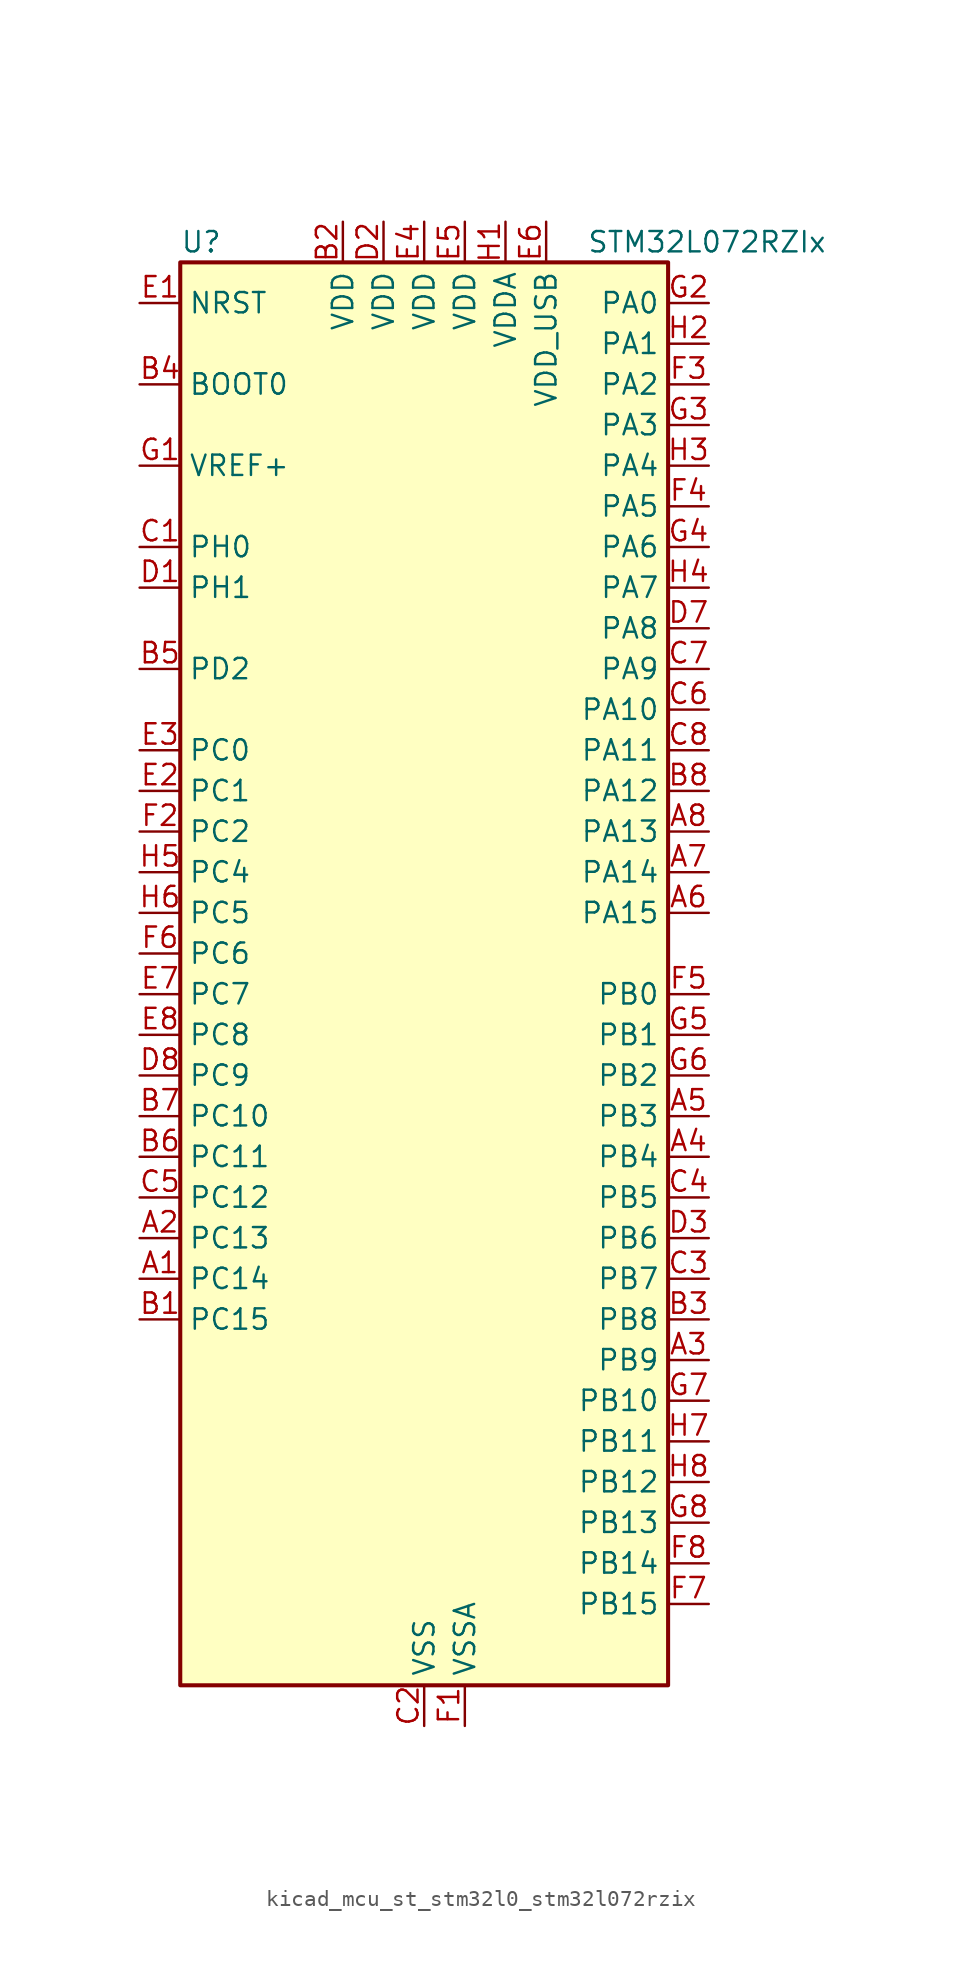
<source format=kicad_sym>
(kicad_symbol_lib
  (version 20220914)
  (generator kicad_symbol_editor)
  (symbol "kicad_mcu_st_stm32l0_stm32l072rzix"
    (property "Reference" "U"
      (at -15.24 46.99 0)
      (effects (font (size 1.27 1.27)) (justify left)))
    (property "Value" "STM32L072RZIx"
      (at 10.16 46.99 0)
      (effects (font (size 1.27 1.27)) (justify left)))
    (property "ki_locked" ""
      (at 0 0 0)
      (effects (font (size 1.27 1.27))))
    (symbol "kicad_mcu_st_stm32l0_stm32l072rzix_0_1"
      (rectangle (start -15.24 -43.18) (end 15.24 45.72) (stroke (width 0.254) (type default)) (fill (type background))))
    (symbol "kicad_mcu_st_stm32l0_stm32l072rzix_1_1"
      (pin bidirectional line (at -17.78 -17.78 0) (length 2.54) (name "PC14" (effects (font (size 1.27 1.27)))) (number "A1" (effects (font (size 1.27 1.27)))) (alternate "RCC_OSC32_IN" bidirectional line))
      (pin bidirectional line (at -17.78 -15.24 0) (length 2.54) (name "PC13" (effects (font (size 1.27 1.27)))) (number "A2" (effects (font (size 1.27 1.27)))) (alternate "RTC_OUT_ALARM" bidirectional line) (alternate "RTC_OUT_CALIB" bidirectional line) (alternate "RTC_TAMP1" bidirectional line) (alternate "RTC_TS" bidirectional line) (alternate "SYS_WKUP2" bidirectional line))
      (pin bidirectional line (at 17.78 -22.86 180) (length 2.54) (name "PB9" (effects (font (size 1.27 1.27)))) (number "A3" (effects (font (size 1.27 1.27)))) (alternate "DAC_EXTI9" bidirectional line) (alternate "I2C1_SDA" bidirectional line) (alternate "I2S2_WS" bidirectional line) (alternate "SPI2_NSS" bidirectional line))
      (pin bidirectional line (at 17.78 -10.16 180) (length 2.54) (name "PB4" (effects (font (size 1.27 1.27)))) (number "A4" (effects (font (size 1.27 1.27)))) (alternate "COMP2_INP" bidirectional line) (alternate "I2C3_SDA" bidirectional line) (alternate "SPI1_MISO" bidirectional line) (alternate "TIM22_CH1" bidirectional line) (alternate "TIM3_CH1" bidirectional line) (alternate "TSC_G5_IO2" bidirectional line) (alternate "USART1_CTS" bidirectional line) (alternate "USART5_RX" bidirectional line))
      (pin bidirectional line (at 17.78 -7.62 180) (length 2.54) (name "PB3" (effects (font (size 1.27 1.27)))) (number "A5" (effects (font (size 1.27 1.27)))) (alternate "COMP2_INM" bidirectional line) (alternate "SPI1_SCK" bidirectional line) (alternate "TIM2_CH2" bidirectional line) (alternate "TSC_G5_IO1" bidirectional line) (alternate "USART1_DE" bidirectional line) (alternate "USART1_RTS" bidirectional line) (alternate "USART5_TX" bidirectional line))
      (pin bidirectional line (at 17.78 5.08 180) (length 2.54) (name "PA15" (effects (font (size 1.27 1.27)))) (number "A6" (effects (font (size 1.27 1.27)))) (alternate "SPI1_NSS" bidirectional line) (alternate "TIM2_CH1" bidirectional line) (alternate "TIM2_ETR" bidirectional line) (alternate "USART2_RX" bidirectional line) (alternate "USART4_DE" bidirectional line) (alternate "USART4_RTS" bidirectional line))
      (pin bidirectional line (at 17.78 7.62 180) (length 2.54) (name "PA14" (effects (font (size 1.27 1.27)))) (number "A7" (effects (font (size 1.27 1.27)))) (alternate "LPUART1_TX" bidirectional line) (alternate "SYS_SWCLK" bidirectional line) (alternate "USART2_TX" bidirectional line))
      (pin bidirectional line (at 17.78 10.16 180) (length 2.54) (name "PA13" (effects (font (size 1.27 1.27)))) (number "A8" (effects (font (size 1.27 1.27)))) (alternate "LPUART1_RX" bidirectional line) (alternate "SYS_SWDIO" bidirectional line) (alternate "USB_NOE" bidirectional line))
      (pin bidirectional line (at -17.78 -20.32 0) (length 2.54) (name "PC15" (effects (font (size 1.27 1.27)))) (number "B1" (effects (font (size 1.27 1.27)))) (alternate "RCC_OSC32_OUT" bidirectional line))
      (pin power_in line (at -5.08 48.26 270) (length 2.54) (name "VDD" (effects (font (size 1.27 1.27)))) (number "B2" (effects (font (size 1.27 1.27)))))
      (pin bidirectional line (at 17.78 -20.32 180) (length 2.54) (name "PB8" (effects (font (size 1.27 1.27)))) (number "B3" (effects (font (size 1.27 1.27)))) (alternate "I2C1_SCL" bidirectional line) (alternate "TSC_SYNC" bidirectional line))
      (pin input line (at -17.78 38.1 0) (length 2.54) (name "BOOT0" (effects (font (size 1.27 1.27)))) (number "B4" (effects (font (size 1.27 1.27)))))
      (pin bidirectional line (at -17.78 20.32 0) (length 2.54) (name "PD2" (effects (font (size 1.27 1.27)))) (number "B5" (effects (font (size 1.27 1.27)))) (alternate "LPUART1_DE" bidirectional line) (alternate "LPUART1_RTS" bidirectional line) (alternate "TIM3_ETR" bidirectional line) (alternate "USART5_RX" bidirectional line))
      (pin bidirectional line (at -17.78 -10.16 0) (length 2.54) (name "PC11" (effects (font (size 1.27 1.27)))) (number "B6" (effects (font (size 1.27 1.27)))) (alternate "ADC_EXTI11" bidirectional line) (alternate "LPUART1_RX" bidirectional line) (alternate "USART4_RX" bidirectional line))
      (pin bidirectional line (at -17.78 -7.62 0) (length 2.54) (name "PC10" (effects (font (size 1.27 1.27)))) (number "B7" (effects (font (size 1.27 1.27)))) (alternate "LPUART1_TX" bidirectional line) (alternate "USART4_TX" bidirectional line))
      (pin bidirectional line (at 17.78 12.7 180) (length 2.54) (name "PA12" (effects (font (size 1.27 1.27)))) (number "B8" (effects (font (size 1.27 1.27)))) (alternate "COMP2_OUT" bidirectional line) (alternate "SPI1_MOSI" bidirectional line) (alternate "TSC_G4_IO4" bidirectional line) (alternate "USART1_DE" bidirectional line) (alternate "USART1_RTS" bidirectional line) (alternate "USB_DP" bidirectional line))
      (pin bidirectional line (at -17.78 27.94 0) (length 2.54) (name "PH0" (effects (font (size 1.27 1.27)))) (number "C1" (effects (font (size 1.27 1.27)))) (alternate "CRS_SYNC" bidirectional line) (alternate "RCC_OSC_IN" bidirectional line))
      (pin power_in line (at 0 -45.72 90) (length 2.54) (name "VSS" (effects (font (size 1.27 1.27)))) (number "C2" (effects (font (size 1.27 1.27)))))
      (pin bidirectional line (at 17.78 -17.78 180) (length 2.54) (name "PB7" (effects (font (size 1.27 1.27)))) (number "C3" (effects (font (size 1.27 1.27)))) (alternate "COMP2_INP" bidirectional line) (alternate "I2C1_SDA" bidirectional line) (alternate "LPTIM1_IN2" bidirectional line) (alternate "SYS_PVD_IN" bidirectional line) (alternate "TSC_G5_IO4" bidirectional line) (alternate "USART1_RX" bidirectional line) (alternate "USART4_CTS" bidirectional line))
      (pin bidirectional line (at 17.78 -12.7 180) (length 2.54) (name "PB5" (effects (font (size 1.27 1.27)))) (number "C4" (effects (font (size 1.27 1.27)))) (alternate "COMP2_INP" bidirectional line) (alternate "I2C1_SMBA" bidirectional line) (alternate "LPTIM1_IN1" bidirectional line) (alternate "SPI1_MOSI" bidirectional line) (alternate "TIM22_CH2" bidirectional line) (alternate "TIM3_CH2" bidirectional line) (alternate "USART1_CK" bidirectional line) (alternate "USART5_CK" bidirectional line) (alternate "USART5_DE" bidirectional line) (alternate "USART5_RTS" bidirectional line))
      (pin bidirectional line (at -17.78 -12.7 0) (length 2.54) (name "PC12" (effects (font (size 1.27 1.27)))) (number "C5" (effects (font (size 1.27 1.27)))) (alternate "USART4_CK" bidirectional line) (alternate "USART5_TX" bidirectional line))
      (pin bidirectional line (at 17.78 17.78 180) (length 2.54) (name "PA10" (effects (font (size 1.27 1.27)))) (number "C6" (effects (font (size 1.27 1.27)))) (alternate "I2C1_SDA" bidirectional line) (alternate "TSC_G4_IO2" bidirectional line) (alternate "USART1_RX" bidirectional line))
      (pin bidirectional line (at 17.78 20.32 180) (length 2.54) (name "PA9" (effects (font (size 1.27 1.27)))) (number "C7" (effects (font (size 1.27 1.27)))) (alternate "DAC_EXTI9" bidirectional line) (alternate "I2C1_SCL" bidirectional line) (alternate "I2C3_SMBA" bidirectional line) (alternate "RCC_MCO" bidirectional line) (alternate "TSC_G4_IO1" bidirectional line) (alternate "USART1_TX" bidirectional line))
      (pin bidirectional line (at 17.78 15.24 180) (length 2.54) (name "PA11" (effects (font (size 1.27 1.27)))) (number "C8" (effects (font (size 1.27 1.27)))) (alternate "ADC_EXTI11" bidirectional line) (alternate "COMP1_OUT" bidirectional line) (alternate "SPI1_MISO" bidirectional line) (alternate "TSC_G4_IO3" bidirectional line) (alternate "USART1_CTS" bidirectional line) (alternate "USB_DM" bidirectional line))
      (pin bidirectional line (at -17.78 25.4 0) (length 2.54) (name "PH1" (effects (font (size 1.27 1.27)))) (number "D1" (effects (font (size 1.27 1.27)))) (alternate "RCC_OSC_OUT" bidirectional line))
      (pin power_in line (at -2.54 48.26 270) (length 2.54) (name "VDD" (effects (font (size 1.27 1.27)))) (number "D2" (effects (font (size 1.27 1.27)))))
      (pin bidirectional line (at 17.78 -15.24 180) (length 2.54) (name "PB6" (effects (font (size 1.27 1.27)))) (number "D3" (effects (font (size 1.27 1.27)))) (alternate "COMP2_INP" bidirectional line) (alternate "I2C1_SCL" bidirectional line) (alternate "LPTIM1_ETR" bidirectional line) (alternate "TSC_G5_IO3" bidirectional line) (alternate "USART1_TX" bidirectional line))
      (pin passive line (at 0 -45.72 90) (length 2.54) hide (name "VSS" (effects (font (size 1.27 1.27)))) (number "D4" (effects (font (size 1.27 1.27)))))
      (pin passive line (at 0 -45.72 90) (length 2.54) hide (name "VSS" (effects (font (size 1.27 1.27)))) (number "D5" (effects (font (size 1.27 1.27)))))
      (pin passive line (at 0 -45.72 90) (length 2.54) hide (name "VSS" (effects (font (size 1.27 1.27)))) (number "D6" (effects (font (size 1.27 1.27)))))
      (pin bidirectional line (at 17.78 22.86 180) (length 2.54) (name "PA8" (effects (font (size 1.27 1.27)))) (number "D7" (effects (font (size 1.27 1.27)))) (alternate "CRS_SYNC" bidirectional line) (alternate "I2C3_SCL" bidirectional line) (alternate "RCC_MCO" bidirectional line) (alternate "USART1_CK" bidirectional line))
      (pin bidirectional line (at -17.78 -5.08 0) (length 2.54) (name "PC9" (effects (font (size 1.27 1.27)))) (number "D8" (effects (font (size 1.27 1.27)))) (alternate "DAC_EXTI9" bidirectional line) (alternate "I2C3_SDA" bidirectional line) (alternate "TIM21_ETR" bidirectional line) (alternate "TIM3_CH4" bidirectional line) (alternate "TSC_G8_IO4" bidirectional line) (alternate "USB_NOE" bidirectional line))
      (pin input line (at -17.78 43.18 0) (length 2.54) (name "NRST" (effects (font (size 1.27 1.27)))) (number "E1" (effects (font (size 1.27 1.27)))))
      (pin bidirectional line (at -17.78 12.7 0) (length 2.54) (name "PC1" (effects (font (size 1.27 1.27)))) (number "E2" (effects (font (size 1.27 1.27)))) (alternate "ADC_IN11" bidirectional line) (alternate "I2C3_SDA" bidirectional line) (alternate "LPTIM1_OUT" bidirectional line) (alternate "LPUART1_TX" bidirectional line) (alternate "TSC_G7_IO2" bidirectional line))
      (pin bidirectional line (at -17.78 15.24 0) (length 2.54) (name "PC0" (effects (font (size 1.27 1.27)))) (number "E3" (effects (font (size 1.27 1.27)))) (alternate "ADC_IN10" bidirectional line) (alternate "I2C3_SCL" bidirectional line) (alternate "LPTIM1_IN1" bidirectional line) (alternate "LPUART1_RX" bidirectional line) (alternate "TSC_G7_IO1" bidirectional line))
      (pin power_in line (at 0 48.26 270) (length 2.54) (name "VDD" (effects (font (size 1.27 1.27)))) (number "E4" (effects (font (size 1.27 1.27)))))
      (pin power_in line (at 2.54 48.26 270) (length 2.54) (name "VDD" (effects (font (size 1.27 1.27)))) (number "E5" (effects (font (size 1.27 1.27)))))
      (pin power_in line (at 7.62 48.26 270) (length 2.54) (name "VDD_USB" (effects (font (size 1.27 1.27)))) (number "E6" (effects (font (size 1.27 1.27)))))
      (pin bidirectional line (at -17.78 0 0) (length 2.54) (name "PC7" (effects (font (size 1.27 1.27)))) (number "E7" (effects (font (size 1.27 1.27)))) (alternate "TIM22_CH2" bidirectional line) (alternate "TIM3_CH2" bidirectional line) (alternate "TSC_G8_IO2" bidirectional line))
      (pin bidirectional line (at -17.78 -2.54 0) (length 2.54) (name "PC8" (effects (font (size 1.27 1.27)))) (number "E8" (effects (font (size 1.27 1.27)))) (alternate "TIM22_ETR" bidirectional line) (alternate "TIM3_CH3" bidirectional line) (alternate "TSC_G8_IO3" bidirectional line))
      (pin power_in line (at 2.54 -45.72 90) (length 2.54) (name "VSSA" (effects (font (size 1.27 1.27)))) (number "F1" (effects (font (size 1.27 1.27)))))
      (pin bidirectional line (at -17.78 10.16 0) (length 2.54) (name "PC2" (effects (font (size 1.27 1.27)))) (number "F2" (effects (font (size 1.27 1.27)))) (alternate "ADC_IN12" bidirectional line) (alternate "I2S2_MCK" bidirectional line) (alternate "LPTIM1_IN2" bidirectional line) (alternate "SPI2_MISO" bidirectional line) (alternate "TSC_G7_IO3" bidirectional line))
      (pin bidirectional line (at 17.78 38.1 180) (length 2.54) (name "PA2" (effects (font (size 1.27 1.27)))) (number "F3" (effects (font (size 1.27 1.27)))) (alternate "ADC_IN2" bidirectional line) (alternate "COMP2_INM" bidirectional line) (alternate "COMP2_OUT" bidirectional line) (alternate "LPUART1_TX" bidirectional line) (alternate "TIM21_CH1" bidirectional line) (alternate "TIM2_CH3" bidirectional line) (alternate "TSC_G1_IO3" bidirectional line) (alternate "USART2_TX" bidirectional line))
      (pin bidirectional line (at 17.78 30.48 180) (length 2.54) (name "PA5" (effects (font (size 1.27 1.27)))) (number "F4" (effects (font (size 1.27 1.27)))) (alternate "ADC_IN5" bidirectional line) (alternate "COMP1_INM" bidirectional line) (alternate "COMP2_INM" bidirectional line) (alternate "DAC_OUT2" bidirectional line) (alternate "SPI1_SCK" bidirectional line) (alternate "TIM2_CH1" bidirectional line) (alternate "TIM2_ETR" bidirectional line) (alternate "TSC_G2_IO2" bidirectional line))
      (pin bidirectional line (at 17.78 0 180) (length 2.54) (name "PB0" (effects (font (size 1.27 1.27)))) (number "F5" (effects (font (size 1.27 1.27)))) (alternate "ADC_IN8" bidirectional line) (alternate "SYS_VREF_OUT_PB0" bidirectional line) (alternate "TIM3_CH3" bidirectional line) (alternate "TSC_G3_IO2" bidirectional line))
      (pin bidirectional line (at -17.78 2.54 0) (length 2.54) (name "PC6" (effects (font (size 1.27 1.27)))) (number "F6" (effects (font (size 1.27 1.27)))) (alternate "TIM22_CH1" bidirectional line) (alternate "TIM3_CH1" bidirectional line) (alternate "TSC_G8_IO1" bidirectional line))
      (pin bidirectional line (at 17.78 -38.1 180) (length 2.54) (name "PB15" (effects (font (size 1.27 1.27)))) (number "F7" (effects (font (size 1.27 1.27)))) (alternate "I2S2_SD" bidirectional line) (alternate "RTC_REFIN" bidirectional line) (alternate "SPI2_MOSI" bidirectional line))
      (pin bidirectional line (at 17.78 -35.56 180) (length 2.54) (name "PB14" (effects (font (size 1.27 1.27)))) (number "F8" (effects (font (size 1.27 1.27)))) (alternate "I2C2_SDA" bidirectional line) (alternate "I2S2_MCK" bidirectional line) (alternate "LPUART1_DE" bidirectional line) (alternate "LPUART1_RTS" bidirectional line) (alternate "RTC_OUT_ALARM" bidirectional line) (alternate "RTC_OUT_CALIB" bidirectional line) (alternate "SPI2_MISO" bidirectional line) (alternate "TIM21_CH2" bidirectional line) (alternate "TSC_G6_IO4" bidirectional line))
      (pin input line (at -17.78 33.02 0) (length 2.54) (name "VREF+" (effects (font (size 1.27 1.27)))) (number "G1" (effects (font (size 1.27 1.27)))))
      (pin bidirectional line (at 17.78 43.18 180) (length 2.54) (name "PA0" (effects (font (size 1.27 1.27)))) (number "G2" (effects (font (size 1.27 1.27)))) (alternate "ADC_IN0" bidirectional line) (alternate "COMP1_INM" bidirectional line) (alternate "COMP1_OUT" bidirectional line) (alternate "RTC_TAMP2" bidirectional line) (alternate "SYS_WKUP1" bidirectional line) (alternate "TIM2_CH1" bidirectional line) (alternate "TIM2_ETR" bidirectional line) (alternate "TSC_G1_IO1" bidirectional line) (alternate "USART2_CTS" bidirectional line) (alternate "USART4_TX" bidirectional line))
      (pin bidirectional line (at 17.78 35.56 180) (length 2.54) (name "PA3" (effects (font (size 1.27 1.27)))) (number "G3" (effects (font (size 1.27 1.27)))) (alternate "ADC_IN3" bidirectional line) (alternate "COMP2_INP" bidirectional line) (alternate "LPUART1_RX" bidirectional line) (alternate "TIM21_CH2" bidirectional line) (alternate "TIM2_CH4" bidirectional line) (alternate "TSC_G1_IO4" bidirectional line) (alternate "USART2_RX" bidirectional line))
      (pin bidirectional line (at 17.78 27.94 180) (length 2.54) (name "PA6" (effects (font (size 1.27 1.27)))) (number "G4" (effects (font (size 1.27 1.27)))) (alternate "ADC_IN6" bidirectional line) (alternate "COMP1_OUT" bidirectional line) (alternate "LPUART1_CTS" bidirectional line) (alternate "SPI1_MISO" bidirectional line) (alternate "TIM22_CH1" bidirectional line) (alternate "TIM3_CH1" bidirectional line) (alternate "TSC_G2_IO3" bidirectional line))
      (pin bidirectional line (at 17.78 -2.54 180) (length 2.54) (name "PB1" (effects (font (size 1.27 1.27)))) (number "G5" (effects (font (size 1.27 1.27)))) (alternate "ADC_IN9" bidirectional line) (alternate "LPUART1_DE" bidirectional line) (alternate "LPUART1_RTS" bidirectional line) (alternate "SYS_VREF_OUT_PB1" bidirectional line) (alternate "TIM3_CH4" bidirectional line) (alternate "TSC_G3_IO3" bidirectional line))
      (pin bidirectional line (at 17.78 -5.08 180) (length 2.54) (name "PB2" (effects (font (size 1.27 1.27)))) (number "G6" (effects (font (size 1.27 1.27)))) (alternate "I2C3_SMBA" bidirectional line) (alternate "LPTIM1_OUT" bidirectional line) (alternate "TSC_G3_IO4" bidirectional line))
      (pin bidirectional line (at 17.78 -25.4 180) (length 2.54) (name "PB10" (effects (font (size 1.27 1.27)))) (number "G7" (effects (font (size 1.27 1.27)))) (alternate "I2C2_SCL" bidirectional line) (alternate "LPUART1_RX" bidirectional line) (alternate "LPUART1_TX" bidirectional line) (alternate "SPI2_SCK" bidirectional line) (alternate "TIM2_CH3" bidirectional line) (alternate "TSC_SYNC" bidirectional line))
      (pin bidirectional line (at 17.78 -33.02 180) (length 2.54) (name "PB13" (effects (font (size 1.27 1.27)))) (number "G8" (effects (font (size 1.27 1.27)))) (alternate "I2C2_SCL" bidirectional line) (alternate "I2S2_CK" bidirectional line) (alternate "LPUART1_CTS" bidirectional line) (alternate "RCC_MCO" bidirectional line) (alternate "SPI2_SCK" bidirectional line) (alternate "TIM21_CH1" bidirectional line) (alternate "TSC_G6_IO3" bidirectional line))
      (pin power_in line (at 5.08 48.26 270) (length 2.54) (name "VDDA" (effects (font (size 1.27 1.27)))) (number "H1" (effects (font (size 1.27 1.27)))))
      (pin bidirectional line (at 17.78 40.64 180) (length 2.54) (name "PA1" (effects (font (size 1.27 1.27)))) (number "H2" (effects (font (size 1.27 1.27)))) (alternate "ADC_IN1" bidirectional line) (alternate "COMP1_INP" bidirectional line) (alternate "TIM21_ETR" bidirectional line) (alternate "TIM2_CH2" bidirectional line) (alternate "TSC_G1_IO2" bidirectional line) (alternate "USART2_DE" bidirectional line) (alternate "USART2_RTS" bidirectional line) (alternate "USART4_RX" bidirectional line))
      (pin bidirectional line (at 17.78 33.02 180) (length 2.54) (name "PA4" (effects (font (size 1.27 1.27)))) (number "H3" (effects (font (size 1.27 1.27)))) (alternate "ADC_IN4" bidirectional line) (alternate "COMP1_INM" bidirectional line) (alternate "COMP2_INM" bidirectional line) (alternate "DAC_OUT1" bidirectional line) (alternate "SPI1_NSS" bidirectional line) (alternate "TIM22_ETR" bidirectional line) (alternate "TSC_G2_IO1" bidirectional line) (alternate "USART2_CK" bidirectional line))
      (pin bidirectional line (at 17.78 25.4 180) (length 2.54) (name "PA7" (effects (font (size 1.27 1.27)))) (number "H4" (effects (font (size 1.27 1.27)))) (alternate "ADC_IN7" bidirectional line) (alternate "COMP2_OUT" bidirectional line) (alternate "SPI1_MOSI" bidirectional line) (alternate "TIM22_CH2" bidirectional line) (alternate "TIM3_CH2" bidirectional line) (alternate "TSC_G2_IO4" bidirectional line))
      (pin bidirectional line (at -17.78 7.62 0) (length 2.54) (name "PC4" (effects (font (size 1.27 1.27)))) (number "H5" (effects (font (size 1.27 1.27)))) (alternate "ADC_IN14" bidirectional line) (alternate "LPUART1_TX" bidirectional line))
      (pin bidirectional line (at -17.78 5.08 0) (length 2.54) (name "PC5" (effects (font (size 1.27 1.27)))) (number "H6" (effects (font (size 1.27 1.27)))) (alternate "ADC_IN15" bidirectional line) (alternate "LPUART1_RX" bidirectional line) (alternate "TSC_G3_IO1" bidirectional line))
      (pin bidirectional line (at 17.78 -27.94 180) (length 2.54) (name "PB11" (effects (font (size 1.27 1.27)))) (number "H7" (effects (font (size 1.27 1.27)))) (alternate "ADC_EXTI11" bidirectional line) (alternate "I2C2_SDA" bidirectional line) (alternate "LPUART1_RX" bidirectional line) (alternate "LPUART1_TX" bidirectional line) (alternate "TIM2_CH4" bidirectional line) (alternate "TSC_G6_IO1" bidirectional line))
      (pin bidirectional line (at 17.78 -30.48 180) (length 2.54) (name "PB12" (effects (font (size 1.27 1.27)))) (number "H8" (effects (font (size 1.27 1.27)))) (alternate "I2S2_WS" bidirectional line) (alternate "LPUART1_DE" bidirectional line) (alternate "LPUART1_RTS" bidirectional line) (alternate "SPI2_NSS" bidirectional line) (alternate "TSC_G6_IO2" bidirectional line)))))
</source>
